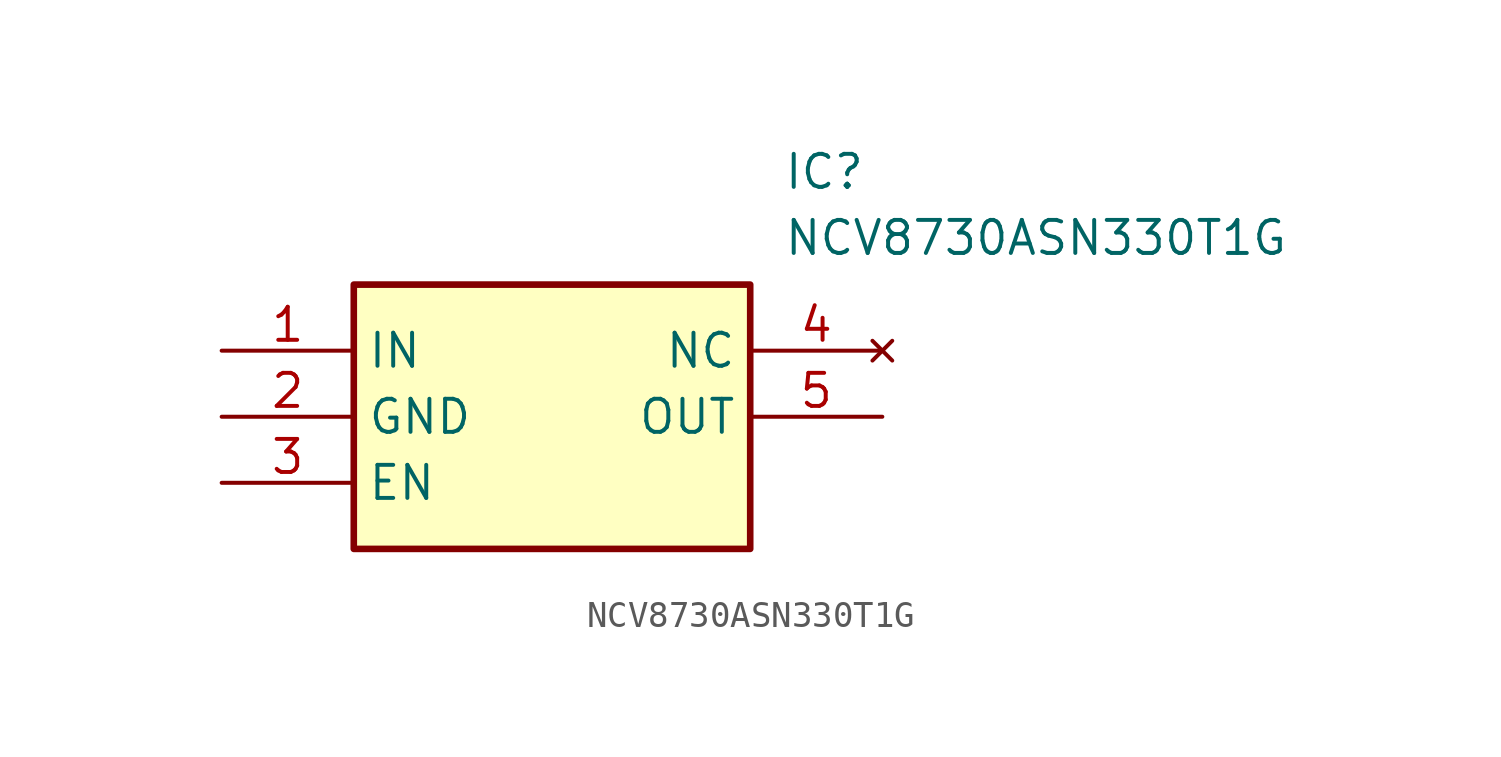
<source format=kicad_sym>
(kicad_symbol_lib
  (version 20211014)
  (generator SamacSys_ECAD_Model)
  (symbol "NCV8730ASN330T1G"
    (property "Reference" "IC"
      (at 21.59 7.62 0)
      (effects (font (size 1.27 1.27)) (justify left top)))
    (property "Value" "NCV8730ASN330T1G"
      (at 21.59 5.08 0)
      (effects (font (size 1.27 1.27)) (justify left top)))
    (rectangle
      (start 5.08 2.54)
      (end 20.32 -7.62)
      (stroke (width 0.254) (type default))
      (fill (type background)))
    (pin passive line
      (at 0 0 0)
      (length 5.08)
      (name "IN" (effects (font (size 1.27 1.27))))
      (number "1" (effects (font (size 1.27 1.27)))))
    (pin passive line
      (at 0 -2.54 0)
      (length 5.08)
      (name "GND" (effects (font (size 1.27 1.27))))
      (number "2" (effects (font (size 1.27 1.27)))))
    (pin passive line
      (at 0 -5.08 0)
      (length 5.08)
      (name "EN" (effects (font (size 1.27 1.27))))
      (number "3" (effects (font (size 1.27 1.27)))))
    (pin no_connect line
      (at 25.4 0 180)
      (length 5.08)
      (name "NC" (effects (font (size 1.27 1.27))))
      (number "4" (effects (font (size 1.27 1.27)))))
    (pin passive line
      (at 25.4 -2.54 180)
      (length 5.08)
      (name "OUT" (effects (font (size 1.27 1.27))))
      (number "5" (effects (font (size 1.27 1.27)))))))
</source>
